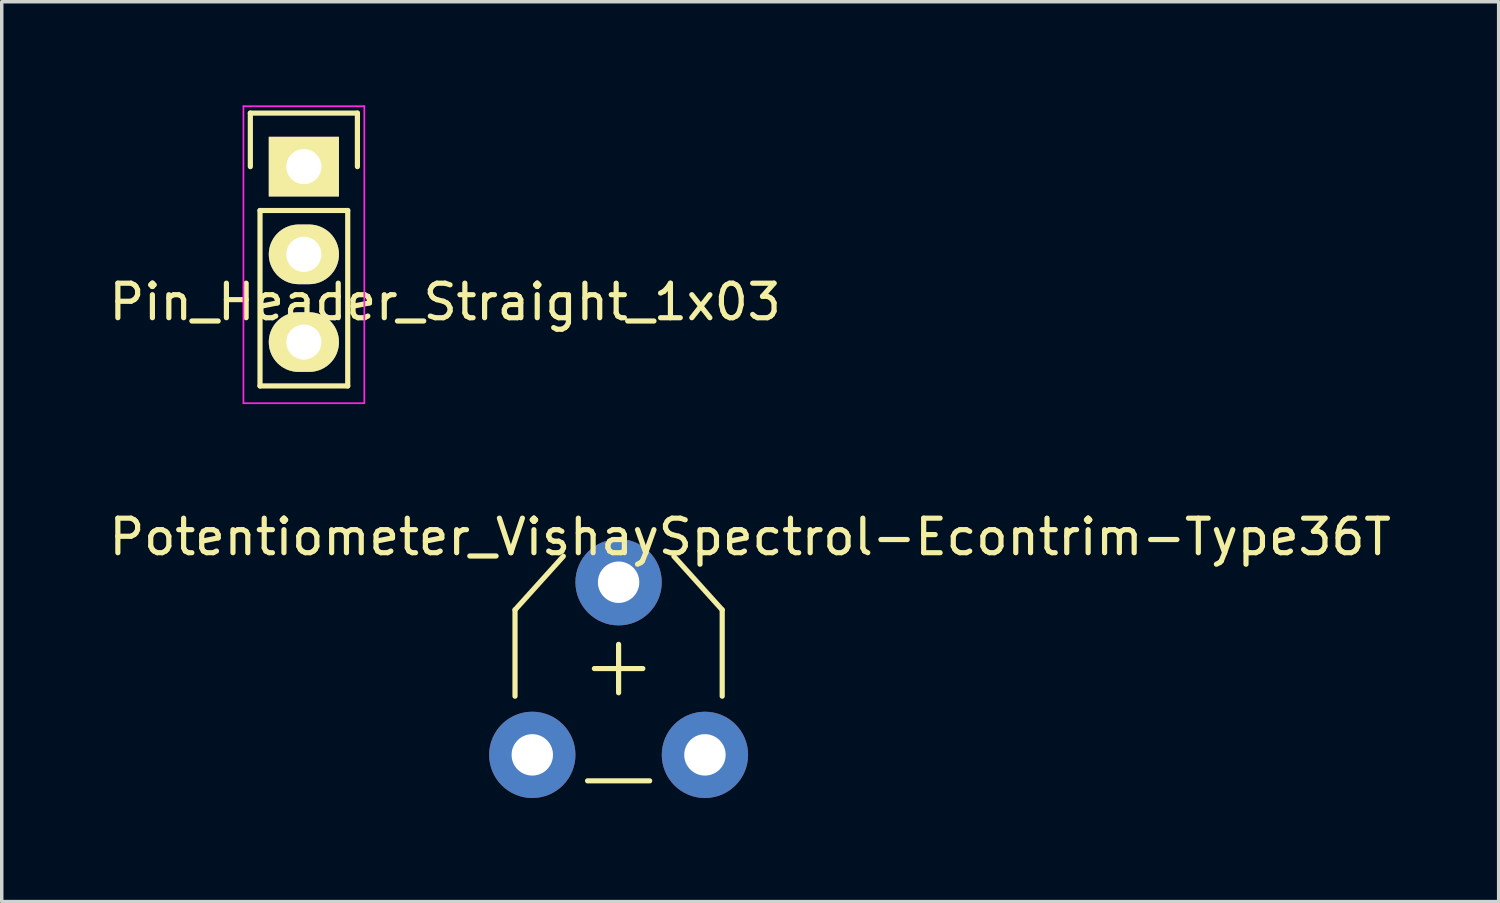
<source format=kicad_pcb>
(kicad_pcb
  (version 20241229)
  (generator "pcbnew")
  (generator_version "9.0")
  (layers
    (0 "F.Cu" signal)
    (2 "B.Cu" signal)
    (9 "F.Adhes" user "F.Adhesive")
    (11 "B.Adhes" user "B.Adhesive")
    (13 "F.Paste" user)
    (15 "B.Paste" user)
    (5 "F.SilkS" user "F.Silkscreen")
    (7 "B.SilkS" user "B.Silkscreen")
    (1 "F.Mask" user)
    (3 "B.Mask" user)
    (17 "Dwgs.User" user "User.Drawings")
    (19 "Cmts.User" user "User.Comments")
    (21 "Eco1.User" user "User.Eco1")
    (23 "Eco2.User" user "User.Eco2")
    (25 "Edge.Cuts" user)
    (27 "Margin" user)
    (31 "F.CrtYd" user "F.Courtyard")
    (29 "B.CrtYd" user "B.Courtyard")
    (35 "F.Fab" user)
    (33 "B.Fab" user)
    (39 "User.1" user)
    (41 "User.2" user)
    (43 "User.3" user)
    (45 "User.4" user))
  (footprint "Potentiometer_VishaySpectrol-Econtrim-Type36T"
    (placed yes)
    (layer "F.Cu")
    (at 12.363 18.808)
    (property "Reference" "Potentiometer_VishaySpectrol-Econtrim-Type36T" (at 6.309 -6.309 0) (layer "F.SilkS") (effects (font (size 1 1) (thickness 0.15))))
    (attr through_hole)
    (fp_line (start -0.5 -4.199) (end -0.5 -1.699) (stroke (width 0.15) (type solid)) (layer "F.SilkS"))
    (fp_line (start 0.899 -5.751) (end -0.5 -4.199) (stroke (width 0.15) (type solid)) (layer "F.SilkS"))
    (fp_line (start 1.6 0.752) (end 3.399 0.752) (stroke (width 0.15) (type solid)) (layer "F.SilkS"))
    (fp_line (start 1.798 -2.499) (end 3.2 -2.499) (stroke (width 0.15) (type solid)) (layer "F.SilkS"))
    (fp_line (start 2.499 -1.798) (end 2.499 -3.2) (stroke (width 0.15) (type solid)) (layer "F.SilkS"))
    (fp_line (start 4.1 -5.751) (end 5.499 -4.199) (stroke (width 0.15) (type solid)) (layer "F.SilkS"))
    (fp_line (start 5.499 -4.199) (end 5.499 -1.699) (stroke (width 0.15) (type solid)) (layer "F.SilkS"))
    (pad "1" thru_hole circle (at 0 0) (size 2.499 2.499) (drill 1.199) (layers "*.Cu" "*.Mask"))
    (pad "2" thru_hole circle (at 2.499 -4.999) (size 2.499 2.499) (drill 1.199) (layers "*.Cu" "*.Mask"))
    (pad "3" thru_hole circle (at 4.999 0) (size 2.499 2.499) (drill 1.199) (layers "*.Cu" "*.Mask")))
  (footprint "Pin_Header_Straight_1x03"
    (placed yes)
    (layer "F.Cu")
    (at 5.749 1.775)
    (property "Reference" "Pin_Header_Straight_1x03" (at 4.09 3.92 0) (layer "F.SilkS") (effects (font (size 1 1) (thickness 0.15))))
    (attr through_hole)
    (fp_line (start -1.55 -1.55) (end 1.55 -1.55) (stroke (width 0.15) (type solid)) (layer "F.SilkS"))
    (fp_line (start -1.55 0) (end -1.55 -1.55) (stroke (width 0.15) (type solid)) (layer "F.SilkS"))
    (fp_line (start -1.27 1.27) (end -1.27 6.35) (stroke (width 0.15) (type solid)) (layer "F.SilkS"))
    (fp_line (start -1.27 6.35) (end 1.27 6.35) (stroke (width 0.15) (type solid)) (layer "F.SilkS"))
    (fp_line (start 1.27 1.27) (end -1.27 1.27) (stroke (width 0.15) (type solid)) (layer "F.SilkS"))
    (fp_line (start 1.27 6.35) (end 1.27 1.27) (stroke (width 0.15) (type solid)) (layer "F.SilkS"))
    (fp_line (start 1.55 -1.55) (end 1.55 0) (stroke (width 0.15) (type solid)) (layer "F.SilkS"))
    (fp_line (start -1.75 -1.75) (end -1.75 6.85) (stroke (width 0.05) (type solid)) (layer "F.CrtYd"))
    (fp_line (start -1.75 -1.75) (end 1.75 -1.75) (stroke (width 0.05) (type solid)) (layer "F.CrtYd"))
    (fp_line (start -1.75 6.85) (end 1.75 6.85) (stroke (width 0.05) (type solid)) (layer "F.CrtYd"))
    (fp_line (start 1.75 -1.75) (end 1.75 6.85) (stroke (width 0.05) (type solid)) (layer "F.CrtYd"))
    (pad "1" thru_hole rect (at 0 0) (size 2.032 1.727) (drill 1.016) (layers "*.Cu" "*.Mask" "F.SilkS"))
    (pad "2" thru_hole oval (at 0 2.54) (size 2.032 1.727) (drill 1.016) (layers "*.Cu" "*.Mask" "F.SilkS"))
    (pad "3" thru_hole oval (at 0 5.08) (size 2.032 1.727) (drill 1.016) (layers "*.Cu" "*.Mask" "F.SilkS")))
  (gr_rect
    (start -3 -3)
    (end 40.345 23.057)
    (stroke (width 0.1) (type default))
    (fill no)
    (layer "Edge.Cuts")))
</source>
